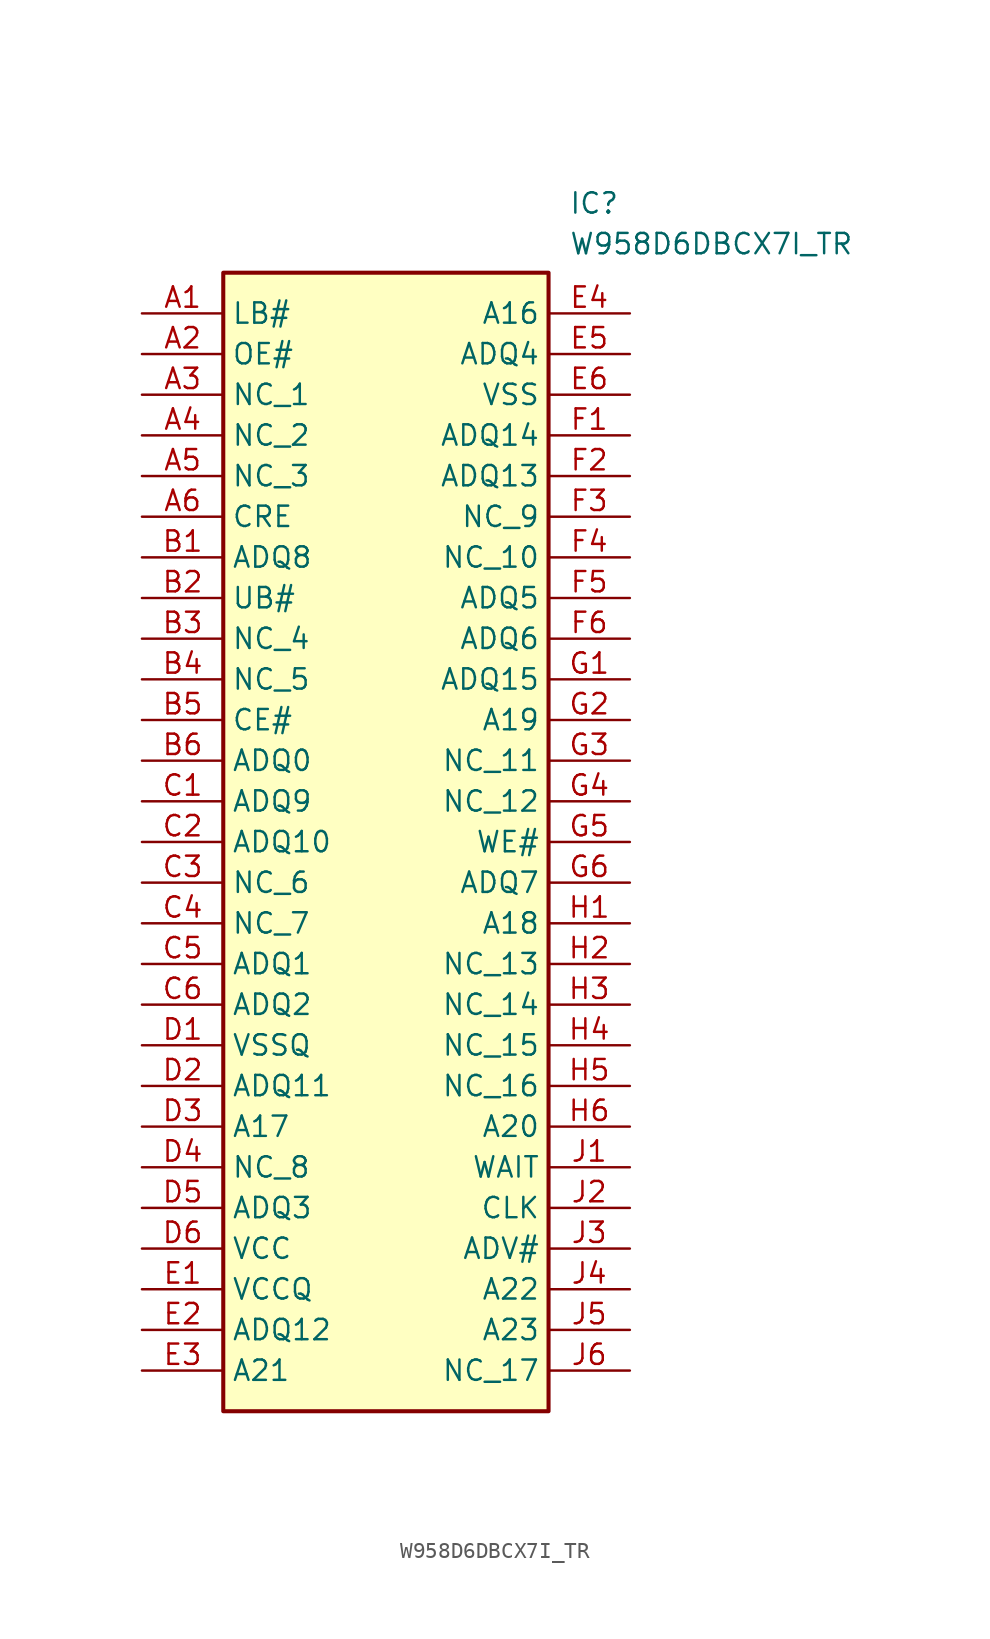
<source format=kicad_sym>
(kicad_symbol_lib
  (version 20211014)
  (generator SamacSys_ECAD_Model)
  (symbol "W958D6DBCX7I_TR"
    (property "Reference" "IC"
      (at 26.67 7.62 0)
      (effects (font (size 1.27 1.27)) (justify left top)))
    (property "Value" "W958D6DBCX7I_TR"
      (at 26.67 5.08 0)
      (effects (font (size 1.27 1.27)) (justify left top)))
    (rectangle
      (start 5.08 2.54)
      (end 25.4 -68.58)
      (stroke (width 0.254) (type default))
      (fill (type background)))
    (pin passive line
      (at 0 0 0)
      (length 5.08)
      (name "LB#" (effects (font (size 1.27 1.27))))
      (number "A1" (effects (font (size 1.27 1.27)))))
    (pin passive line
      (at 0 -2.54 0)
      (length 5.08)
      (name "OE#" (effects (font (size 1.27 1.27))))
      (number "A2" (effects (font (size 1.27 1.27)))))
    (pin passive line
      (at 0 -5.08 0)
      (length 5.08)
      (name "NC_1" (effects (font (size 1.27 1.27))))
      (number "A3" (effects (font (size 1.27 1.27)))))
    (pin passive line
      (at 0 -7.62 0)
      (length 5.08)
      (name "NC_2" (effects (font (size 1.27 1.27))))
      (number "A4" (effects (font (size 1.27 1.27)))))
    (pin passive line
      (at 0 -10.16 0)
      (length 5.08)
      (name "NC_3" (effects (font (size 1.27 1.27))))
      (number "A5" (effects (font (size 1.27 1.27)))))
    (pin passive line
      (at 0 -12.7 0)
      (length 5.08)
      (name "CRE" (effects (font (size 1.27 1.27))))
      (number "A6" (effects (font (size 1.27 1.27)))))
    (pin passive line
      (at 0 -15.24 0)
      (length 5.08)
      (name "ADQ8" (effects (font (size 1.27 1.27))))
      (number "B1" (effects (font (size 1.27 1.27)))))
    (pin passive line
      (at 0 -17.78 0)
      (length 5.08)
      (name "UB#" (effects (font (size 1.27 1.27))))
      (number "B2" (effects (font (size 1.27 1.27)))))
    (pin passive line
      (at 0 -20.32 0)
      (length 5.08)
      (name "NC_4" (effects (font (size 1.27 1.27))))
      (number "B3" (effects (font (size 1.27 1.27)))))
    (pin passive line
      (at 0 -22.86 0)
      (length 5.08)
      (name "NC_5" (effects (font (size 1.27 1.27))))
      (number "B4" (effects (font (size 1.27 1.27)))))
    (pin passive line
      (at 0 -25.4 0)
      (length 5.08)
      (name "CE#" (effects (font (size 1.27 1.27))))
      (number "B5" (effects (font (size 1.27 1.27)))))
    (pin passive line
      (at 0 -27.94 0)
      (length 5.08)
      (name "ADQ0" (effects (font (size 1.27 1.27))))
      (number "B6" (effects (font (size 1.27 1.27)))))
    (pin passive line
      (at 0 -30.48 0)
      (length 5.08)
      (name "ADQ9" (effects (font (size 1.27 1.27))))
      (number "C1" (effects (font (size 1.27 1.27)))))
    (pin passive line
      (at 0 -33.02 0)
      (length 5.08)
      (name "ADQ10" (effects (font (size 1.27 1.27))))
      (number "C2" (effects (font (size 1.27 1.27)))))
    (pin passive line
      (at 0 -35.56 0)
      (length 5.08)
      (name "NC_6" (effects (font (size 1.27 1.27))))
      (number "C3" (effects (font (size 1.27 1.27)))))
    (pin passive line
      (at 0 -38.1 0)
      (length 5.08)
      (name "NC_7" (effects (font (size 1.27 1.27))))
      (number "C4" (effects (font (size 1.27 1.27)))))
    (pin passive line
      (at 0 -40.64 0)
      (length 5.08)
      (name "ADQ1" (effects (font (size 1.27 1.27))))
      (number "C5" (effects (font (size 1.27 1.27)))))
    (pin passive line
      (at 0 -43.18 0)
      (length 5.08)
      (name "ADQ2" (effects (font (size 1.27 1.27))))
      (number "C6" (effects (font (size 1.27 1.27)))))
    (pin passive line
      (at 0 -45.72 0)
      (length 5.08)
      (name "VSSQ" (effects (font (size 1.27 1.27))))
      (number "D1" (effects (font (size 1.27 1.27)))))
    (pin passive line
      (at 0 -48.26 0)
      (length 5.08)
      (name "ADQ11" (effects (font (size 1.27 1.27))))
      (number "D2" (effects (font (size 1.27 1.27)))))
    (pin passive line
      (at 0 -50.8 0)
      (length 5.08)
      (name "A17" (effects (font (size 1.27 1.27))))
      (number "D3" (effects (font (size 1.27 1.27)))))
    (pin passive line
      (at 0 -53.34 0)
      (length 5.08)
      (name "NC_8" (effects (font (size 1.27 1.27))))
      (number "D4" (effects (font (size 1.27 1.27)))))
    (pin passive line
      (at 0 -55.88 0)
      (length 5.08)
      (name "ADQ3" (effects (font (size 1.27 1.27))))
      (number "D5" (effects (font (size 1.27 1.27)))))
    (pin passive line
      (at 0 -58.42 0)
      (length 5.08)
      (name "VCC" (effects (font (size 1.27 1.27))))
      (number "D6" (effects (font (size 1.27 1.27)))))
    (pin passive line
      (at 0 -60.96 0)
      (length 5.08)
      (name "VCCQ" (effects (font (size 1.27 1.27))))
      (number "E1" (effects (font (size 1.27 1.27)))))
    (pin passive line
      (at 0 -63.5 0)
      (length 5.08)
      (name "ADQ12" (effects (font (size 1.27 1.27))))
      (number "E2" (effects (font (size 1.27 1.27)))))
    (pin passive line
      (at 0 -66.04 0)
      (length 5.08)
      (name "A21" (effects (font (size 1.27 1.27))))
      (number "E3" (effects (font (size 1.27 1.27)))))
    (pin passive line
      (at 30.48 0 180)
      (length 5.08)
      (name "A16" (effects (font (size 1.27 1.27))))
      (number "E4" (effects (font (size 1.27 1.27)))))
    (pin passive line
      (at 30.48 -2.54 180)
      (length 5.08)
      (name "ADQ4" (effects (font (size 1.27 1.27))))
      (number "E5" (effects (font (size 1.27 1.27)))))
    (pin passive line
      (at 30.48 -5.08 180)
      (length 5.08)
      (name "VSS" (effects (font (size 1.27 1.27))))
      (number "E6" (effects (font (size 1.27 1.27)))))
    (pin passive line
      (at 30.48 -7.62 180)
      (length 5.08)
      (name "ADQ14" (effects (font (size 1.27 1.27))))
      (number "F1" (effects (font (size 1.27 1.27)))))
    (pin passive line
      (at 30.48 -10.16 180)
      (length 5.08)
      (name "ADQ13" (effects (font (size 1.27 1.27))))
      (number "F2" (effects (font (size 1.27 1.27)))))
    (pin passive line
      (at 30.48 -12.7 180)
      (length 5.08)
      (name "NC_9" (effects (font (size 1.27 1.27))))
      (number "F3" (effects (font (size 1.27 1.27)))))
    (pin passive line
      (at 30.48 -15.24 180)
      (length 5.08)
      (name "NC_10" (effects (font (size 1.27 1.27))))
      (number "F4" (effects (font (size 1.27 1.27)))))
    (pin passive line
      (at 30.48 -17.78 180)
      (length 5.08)
      (name "ADQ5" (effects (font (size 1.27 1.27))))
      (number "F5" (effects (font (size 1.27 1.27)))))
    (pin passive line
      (at 30.48 -20.32 180)
      (length 5.08)
      (name "ADQ6" (effects (font (size 1.27 1.27))))
      (number "F6" (effects (font (size 1.27 1.27)))))
    (pin passive line
      (at 30.48 -22.86 180)
      (length 5.08)
      (name "ADQ15" (effects (font (size 1.27 1.27))))
      (number "G1" (effects (font (size 1.27 1.27)))))
    (pin passive line
      (at 30.48 -25.4 180)
      (length 5.08)
      (name "A19" (effects (font (size 1.27 1.27))))
      (number "G2" (effects (font (size 1.27 1.27)))))
    (pin passive line
      (at 30.48 -27.94 180)
      (length 5.08)
      (name "NC_11" (effects (font (size 1.27 1.27))))
      (number "G3" (effects (font (size 1.27 1.27)))))
    (pin passive line
      (at 30.48 -30.48 180)
      (length 5.08)
      (name "NC_12" (effects (font (size 1.27 1.27))))
      (number "G4" (effects (font (size 1.27 1.27)))))
    (pin passive line
      (at 30.48 -33.02 180)
      (length 5.08)
      (name "WE#" (effects (font (size 1.27 1.27))))
      (number "G5" (effects (font (size 1.27 1.27)))))
    (pin passive line
      (at 30.48 -35.56 180)
      (length 5.08)
      (name "ADQ7" (effects (font (size 1.27 1.27))))
      (number "G6" (effects (font (size 1.27 1.27)))))
    (pin passive line
      (at 30.48 -38.1 180)
      (length 5.08)
      (name "A18" (effects (font (size 1.27 1.27))))
      (number "H1" (effects (font (size 1.27 1.27)))))
    (pin passive line
      (at 30.48 -40.64 180)
      (length 5.08)
      (name "NC_13" (effects (font (size 1.27 1.27))))
      (number "H2" (effects (font (size 1.27 1.27)))))
    (pin passive line
      (at 30.48 -43.18 180)
      (length 5.08)
      (name "NC_14" (effects (font (size 1.27 1.27))))
      (number "H3" (effects (font (size 1.27 1.27)))))
    (pin passive line
      (at 30.48 -45.72 180)
      (length 5.08)
      (name "NC_15" (effects (font (size 1.27 1.27))))
      (number "H4" (effects (font (size 1.27 1.27)))))
    (pin passive line
      (at 30.48 -48.26 180)
      (length 5.08)
      (name "NC_16" (effects (font (size 1.27 1.27))))
      (number "H5" (effects (font (size 1.27 1.27)))))
    (pin passive line
      (at 30.48 -50.8 180)
      (length 5.08)
      (name "A20" (effects (font (size 1.27 1.27))))
      (number "H6" (effects (font (size 1.27 1.27)))))
    (pin passive line
      (at 30.48 -53.34 180)
      (length 5.08)
      (name "WAIT" (effects (font (size 1.27 1.27))))
      (number "J1" (effects (font (size 1.27 1.27)))))
    (pin passive line
      (at 30.48 -55.88 180)
      (length 5.08)
      (name "CLK" (effects (font (size 1.27 1.27))))
      (number "J2" (effects (font (size 1.27 1.27)))))
    (pin passive line
      (at 30.48 -58.42 180)
      (length 5.08)
      (name "ADV#" (effects (font (size 1.27 1.27))))
      (number "J3" (effects (font (size 1.27 1.27)))))
    (pin passive line
      (at 30.48 -60.96 180)
      (length 5.08)
      (name "A22" (effects (font (size 1.27 1.27))))
      (number "J4" (effects (font (size 1.27 1.27)))))
    (pin passive line
      (at 30.48 -63.5 180)
      (length 5.08)
      (name "A23" (effects (font (size 1.27 1.27))))
      (number "J5" (effects (font (size 1.27 1.27)))))
    (pin passive line
      (at 30.48 -66.04 180)
      (length 5.08)
      (name "NC_17" (effects (font (size 1.27 1.27))))
      (number "J6" (effects (font (size 1.27 1.27)))))))
</source>
